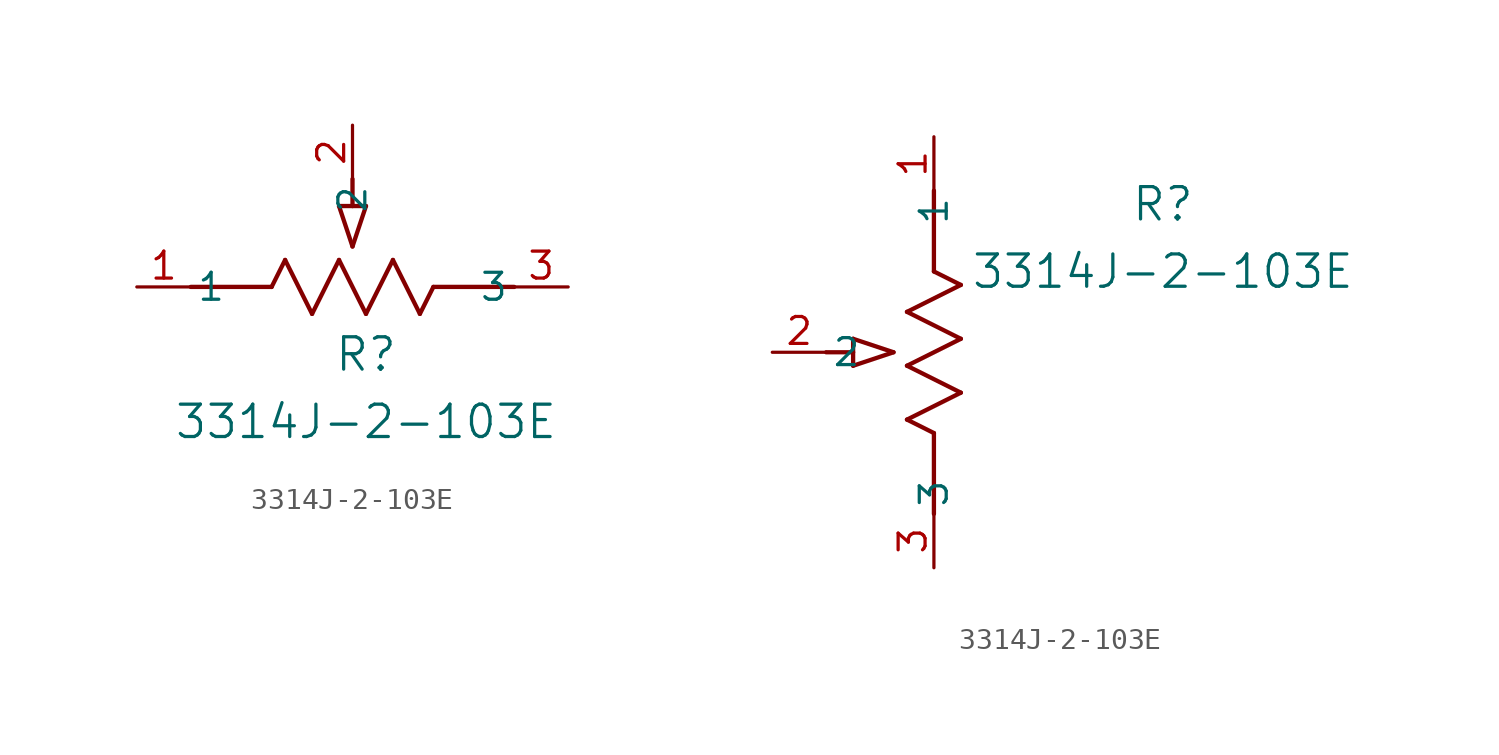
<source format=kicad_sym>
(kicad_symbol_lib
  (version 20211014)
  (generator kicad_symbol_editor)
  (symbol "3314J-2-103E"
    (pin_names
      (offset 0.254))
    (property "Reference" "R"
      (at 10.795 -3.175 0)
      (effects (font (size 1.524 1.524))))
    (property "Value" "3314J-2-103E"
      (at 10.795 -6.35 0)
      (effects (font (size 1.524 1.524))))
    (symbol "3314J-2-103E_1_1"
      (polyline (pts (xy 9.525 3.81) (xy 10.16 1.905)) (stroke (width 0.203) (type default) (color 0 0 0 0)) (fill (type none)))
      (polyline (pts (xy 10.795 3.81) (xy 10.16 1.905)) (stroke (width 0.203) (type default) (color 0 0 0 0)) (fill (type none)))
      (polyline (pts (xy 9.525 3.81) (xy 10.795 3.81)) (stroke (width 0.203) (type default) (color 0 0 0 0)) (fill (type none)))
      (polyline (pts (xy 10.16 3.81) (xy 10.16 5.08)) (stroke (width 0.203) (type default) (color 0 0 0 0)) (fill (type none)))
      (polyline (pts (xy 6.35 0) (xy 6.985 1.27)) (stroke (width 0.203) (type default) (color 0 0 0 0)) (fill (type none)))
      (polyline (pts (xy 9.525 1.27) (xy 10.795 -1.27)) (stroke (width 0.203) (type default) (color 0 0 0 0)) (fill (type none)))
      (polyline (pts (xy 10.795 -1.27) (xy 12.065 1.27)) (stroke (width 0.203) (type default) (color 0 0 0 0)) (fill (type none)))
      (polyline (pts (xy 8.255 -1.27) (xy 9.525 1.27)) (stroke (width 0.203) (type default) (color 0 0 0 0)) (fill (type none)))
      (polyline (pts (xy 6.985 1.27) (xy 8.255 -1.27)) (stroke (width 0.203) (type default) (color 0 0 0 0)) (fill (type none)))
      (polyline (pts (xy 13.335 -1.27) (xy 13.97 0)) (stroke (width 0.203) (type default) (color 0 0 0 0)) (fill (type none)))
      (polyline (pts (xy 13.97 0) (xy 17.78 0)) (stroke (width 0.203) (type default) (color 0 0 0 0)) (fill (type none)))
      (polyline (pts (xy 2.54 0) (xy 6.35 0)) (stroke (width 0.203) (type default) (color 0 0 0 0)) (fill (type none)))
      (polyline (pts (xy 12.065 1.27) (xy 13.335 -1.27)) (stroke (width 0.203) (type default) (color 0 0 0 0)) (fill (type none)))
      (pin unspecified line (at 20.32 0 180) (length 2.54) (name "3" (effects (font (size 1.27 1.27)))) (number "3" (effects (font (size 1.27 1.27)))))
      (pin unspecified line (at 10.16 7.62 270) (length 2.54) (name "2" (effects (font (size 1.27 1.27)))) (number "2" (effects (font (size 1.27 1.27)))))
      (pin unspecified line (at 0 0 0) (length 2.54) (name "1" (effects (font (size 1.27 1.27)))) (number "1" (effects (font (size 1.27 1.27))))))
    (symbol "3314J-2-103E_1_2"
      (polyline (pts (xy 0 -13.97) (xy -1.27 -13.335)) (stroke (width 0.203) (type default) (color 0 0 0 0)) (fill (type none)))
      (polyline (pts (xy 0 -17.78) (xy 0 -13.97)) (stroke (width 0.203) (type default) (color 0 0 0 0)) (fill (type none)))
      (polyline (pts (xy -3.81 -10.795) (xy -1.905 -10.16)) (stroke (width 0.203) (type default) (color 0 0 0 0)) (fill (type none)))
      (polyline (pts (xy -3.81 -9.525) (xy -1.905 -10.16)) (stroke (width 0.203) (type default) (color 0 0 0 0)) (fill (type none)))
      (polyline (pts (xy -3.81 -10.795) (xy -3.81 -9.525)) (stroke (width 0.203) (type default) (color 0 0 0 0)) (fill (type none)))
      (polyline (pts (xy 1.27 -12.065) (xy -1.27 -10.795)) (stroke (width 0.203) (type default) (color 0 0 0 0)) (fill (type none)))
      (polyline (pts (xy -1.27 -10.795) (xy 1.27 -9.525)) (stroke (width 0.203) (type default) (color 0 0 0 0)) (fill (type none)))
      (polyline (pts (xy 1.27 -9.525) (xy -1.27 -8.255)) (stroke (width 0.203) (type default) (color 0 0 0 0)) (fill (type none)))
      (polyline (pts (xy -1.27 -8.255) (xy 1.27 -6.985)) (stroke (width 0.203) (type default) (color 0 0 0 0)) (fill (type none)))
      (polyline (pts (xy 1.27 -6.985) (xy 0 -6.35)) (stroke (width 0.203) (type default) (color 0 0 0 0)) (fill (type none)))
      (polyline (pts (xy -1.27 -13.335) (xy 1.27 -12.065)) (stroke (width 0.203) (type default) (color 0 0 0 0)) (fill (type none)))
      (polyline (pts (xy 0 -6.35) (xy 0 -2.54)) (stroke (width 0.203) (type default) (color 0 0 0 0)) (fill (type none)))
      (polyline (pts (xy -3.81 -10.16) (xy -5.08 -10.16)) (stroke (width 0.203) (type default) (color 0 0 0 0)) (fill (type none)))
      (pin unspecified line (at 0 -20.32 90) (length 2.54) (name "3" (effects (font (size 1.27 1.27)))) (number "3" (effects (font (size 1.27 1.27)))))
      (pin unspecified line (at -7.62 -10.16 0) (length 2.54) (name "2" (effects (font (size 1.27 1.27)))) (number "2" (effects (font (size 1.27 1.27)))))
      (pin unspecified line (at 0 0 270) (length 2.54) (name "1" (effects (font (size 1.27 1.27)))) (number "1" (effects (font (size 1.27 1.27))))))))
</source>
